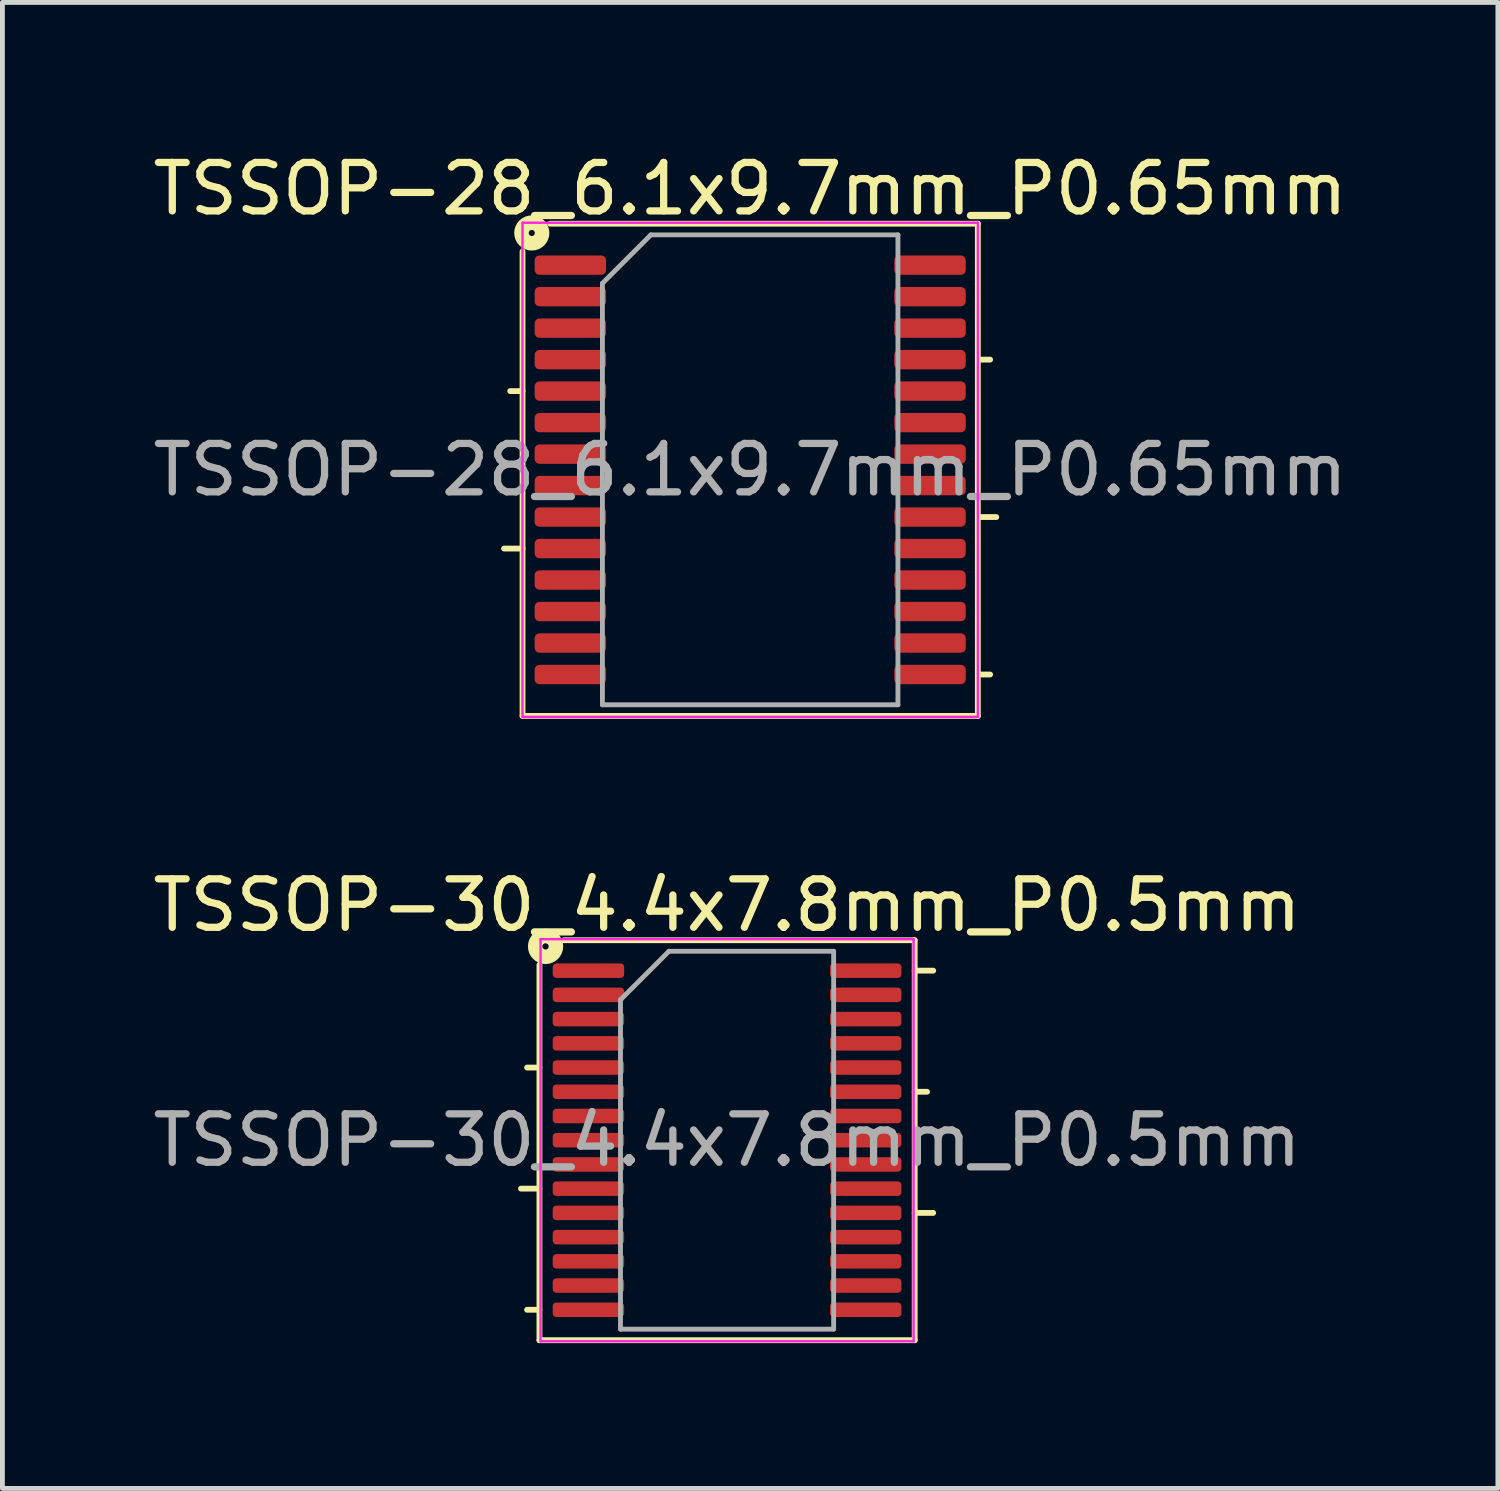
<source format=kicad_pcb>
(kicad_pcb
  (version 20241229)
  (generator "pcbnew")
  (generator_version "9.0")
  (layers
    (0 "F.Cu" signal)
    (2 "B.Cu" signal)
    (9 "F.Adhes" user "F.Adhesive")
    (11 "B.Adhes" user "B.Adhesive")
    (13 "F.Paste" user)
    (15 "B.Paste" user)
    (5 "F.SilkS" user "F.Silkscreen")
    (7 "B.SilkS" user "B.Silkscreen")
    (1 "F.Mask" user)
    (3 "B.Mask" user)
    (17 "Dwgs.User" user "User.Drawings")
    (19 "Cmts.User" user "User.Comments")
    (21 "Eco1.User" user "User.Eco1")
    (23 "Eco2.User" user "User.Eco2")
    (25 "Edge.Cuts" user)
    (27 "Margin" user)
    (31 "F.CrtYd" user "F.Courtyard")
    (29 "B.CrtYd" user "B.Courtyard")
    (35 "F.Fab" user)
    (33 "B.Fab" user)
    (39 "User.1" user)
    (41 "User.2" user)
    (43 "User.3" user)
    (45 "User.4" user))
  (footprint "TSSOP-28_6.1x9.7mm_P0.65mm"
    (layer "F.Cu")
    (at 12.435 6.648)
    (property "Reference" "TSSOP-28_6.1x9.7mm_P0.65mm" (at 0 -5.8 0) (layer "F.SilkS") (effects (font (size 1 1) (thickness 0.15))))
    (attr smd)
    (fp_line (start -4.699 -4.508) (end -4.699 5.08) (stroke (width 0.12) (type solid)) (layer "F.SilkS"))
    (fp_line (start -4.699 -1.625) (end -4.953 -1.625) (stroke (width 0.12) (type solid)) (layer "F.SilkS"))
    (fp_line (start -4.699 1.625) (end -5.08 1.625) (stroke (width 0.12) (type solid)) (layer "F.SilkS"))
    (fp_line (start -4.699 5.08) (end 4.699 5.08) (stroke (width 0.12) (type solid)) (layer "F.SilkS"))
    (fp_line (start 4.699 -5.08) (end -4.128 -5.08) (stroke (width 0.12) (type solid)) (layer "F.SilkS"))
    (fp_line (start 4.699 -2.275) (end 4.953 -2.275) (stroke (width 0.12) (type solid)) (layer "F.SilkS"))
    (fp_line (start 4.699 0.975) (end 5.08 0.975) (stroke (width 0.12) (type solid)) (layer "F.SilkS"))
    (fp_line (start 4.699 4.225) (end 4.953 4.225) (stroke (width 0.12) (type solid)) (layer "F.SilkS"))
    (fp_line (start 4.699 5.08) (end 4.699 -5.08) (stroke (width 0.12) (type solid)) (layer "F.SilkS"))
    (fp_circle (center -4.508 -4.889) (end -4.445 -4.889) (stroke (width 0.3) (type solid)) (fill no) (layer "F.SilkS"))
    (fp_line (start -4.7 -5.1) (end -4.7 5.1) (stroke (width 0.05) (type solid)) (layer "F.CrtYd"))
    (fp_line (start -4.7 5.1) (end 4.7 5.1) (stroke (width 0.05) (type solid)) (layer "F.CrtYd"))
    (fp_line (start 4.7 -5.1) (end -4.7 -5.1) (stroke (width 0.05) (type solid)) (layer "F.CrtYd"))
    (fp_line (start 4.7 5.1) (end 4.7 -5.1) (stroke (width 0.05) (type solid)) (layer "F.CrtYd"))
    (fp_line (start -3.05 -3.85) (end -2.05 -4.85) (stroke (width 0.1) (type solid)) (layer "F.Fab"))
    (fp_line (start -3.05 4.85) (end -3.05 -3.85) (stroke (width 0.1) (type solid)) (layer "F.Fab"))
    (fp_line (start -2.05 -4.85) (end 3.05 -4.85) (stroke (width 0.1) (type solid)) (layer "F.Fab"))
    (fp_line (start 3.05 -4.85) (end 3.05 4.85) (stroke (width 0.1) (type solid)) (layer "F.Fab"))
    (fp_line (start 3.05 4.85) (end -3.05 4.85) (stroke (width 0.1) (type solid)) (layer "F.Fab"))
    (fp_text user "${REFERENCE}" (at 0 0 0) (layer "F.Fab") (effects (font (size 1 1) (thickness 0.15))))
    (pad "1" smd roundrect (at -3.712 -4.225) (size 1.475 0.4) (layers "F.Cu" "F.Mask" "F.Paste") (roundrect_rratio 0.25))
    (pad "2" smd roundrect (at -3.712 -3.575) (size 1.475 0.4) (layers "F.Cu" "F.Mask" "F.Paste") (roundrect_rratio 0.25))
    (pad "3" smd roundrect (at -3.712 -2.925) (size 1.475 0.4) (layers "F.Cu" "F.Mask" "F.Paste") (roundrect_rratio 0.25))
    (pad "4" smd roundrect (at -3.712 -2.275) (size 1.475 0.4) (layers "F.Cu" "F.Mask" "F.Paste") (roundrect_rratio 0.25))
    (pad "5" smd roundrect (at -3.712 -1.625) (size 1.475 0.4) (layers "F.Cu" "F.Mask" "F.Paste") (roundrect_rratio 0.25))
    (pad "6" smd roundrect (at -3.712 -0.975) (size 1.475 0.4) (layers "F.Cu" "F.Mask" "F.Paste") (roundrect_rratio 0.25))
    (pad "7" smd roundrect (at -3.712 -0.325) (size 1.475 0.4) (layers "F.Cu" "F.Mask" "F.Paste") (roundrect_rratio 0.25))
    (pad "8" smd roundrect (at -3.712 0.325) (size 1.475 0.4) (layers "F.Cu" "F.Mask" "F.Paste") (roundrect_rratio 0.25))
    (pad "9" smd roundrect (at -3.712 0.975) (size 1.475 0.4) (layers "F.Cu" "F.Mask" "F.Paste") (roundrect_rratio 0.25))
    (pad "10" smd roundrect (at -3.712 1.625) (size 1.475 0.4) (layers "F.Cu" "F.Mask" "F.Paste") (roundrect_rratio 0.25))
    (pad "11" smd roundrect (at -3.712 2.275) (size 1.475 0.4) (layers "F.Cu" "F.Mask" "F.Paste") (roundrect_rratio 0.25))
    (pad "12" smd roundrect (at -3.712 2.925) (size 1.475 0.4) (layers "F.Cu" "F.Mask" "F.Paste") (roundrect_rratio 0.25))
    (pad "13" smd roundrect (at -3.712 3.575) (size 1.475 0.4) (layers "F.Cu" "F.Mask" "F.Paste") (roundrect_rratio 0.25))
    (pad "14" smd roundrect (at -3.712 4.225) (size 1.475 0.4) (layers "F.Cu" "F.Mask" "F.Paste") (roundrect_rratio 0.25))
    (pad "15" smd roundrect (at 3.712 4.225) (size 1.475 0.4) (layers "F.Cu" "F.Mask" "F.Paste") (roundrect_rratio 0.25))
    (pad "16" smd roundrect (at 3.712 3.575) (size 1.475 0.4) (layers "F.Cu" "F.Mask" "F.Paste") (roundrect_rratio 0.25))
    (pad "17" smd roundrect (at 3.712 2.925) (size 1.475 0.4) (layers "F.Cu" "F.Mask" "F.Paste") (roundrect_rratio 0.25))
    (pad "18" smd roundrect (at 3.712 2.275) (size 1.475 0.4) (layers "F.Cu" "F.Mask" "F.Paste") (roundrect_rratio 0.25))
    (pad "19" smd roundrect (at 3.712 1.625) (size 1.475 0.4) (layers "F.Cu" "F.Mask" "F.Paste") (roundrect_rratio 0.25))
    (pad "20" smd roundrect (at 3.712 0.975) (size 1.475 0.4) (layers "F.Cu" "F.Mask" "F.Paste") (roundrect_rratio 0.25))
    (pad "21" smd roundrect (at 3.712 0.325) (size 1.475 0.4) (layers "F.Cu" "F.Mask" "F.Paste") (roundrect_rratio 0.25))
    (pad "22" smd roundrect (at 3.712 -0.325) (size 1.475 0.4) (layers "F.Cu" "F.Mask" "F.Paste") (roundrect_rratio 0.25))
    (pad "23" smd roundrect (at 3.712 -0.975) (size 1.475 0.4) (layers "F.Cu" "F.Mask" "F.Paste") (roundrect_rratio 0.25))
    (pad "24" smd roundrect (at 3.712 -1.625) (size 1.475 0.4) (layers "F.Cu" "F.Mask" "F.Paste") (roundrect_rratio 0.25))
    (pad "25" smd roundrect (at 3.712 -2.275) (size 1.475 0.4) (layers "F.Cu" "F.Mask" "F.Paste") (roundrect_rratio 0.25))
    (pad "26" smd roundrect (at 3.712 -2.925) (size 1.475 0.4) (layers "F.Cu" "F.Mask" "F.Paste") (roundrect_rratio 0.25))
    (pad "27" smd roundrect (at 3.712 -3.575) (size 1.475 0.4) (layers "F.Cu" "F.Mask" "F.Paste") (roundrect_rratio 0.25))
    (pad "28" smd roundrect (at 3.712 -4.225) (size 1.475 0.4) (layers "F.Cu" "F.Mask" "F.Paste") (roundrect_rratio 0.25)))
  (footprint "TSSOP-30_4.4x7.8mm_P0.5mm"
    (layer "F.Cu")
    (at 11.958 20.486)
    (property "Reference" "TSSOP-30_4.4x7.8mm_P0.5mm" (at 0 -4.85 0) (layer "F.SilkS") (effects (font (size 1 1) (thickness 0.15))))
    (attr smd)
    (fp_line (start -4.255 1) (end -3.873 1) (stroke (width 0.12) (type solid)) (layer "F.SilkS"))
    (fp_line (start -4.128 -1.5) (end -3.873 -1.5) (stroke (width 0.12) (type solid)) (layer "F.SilkS"))
    (fp_line (start -4.128 3.5) (end -3.873 3.5) (stroke (width 0.12) (type solid)) (layer "F.SilkS"))
    (fp_line (start -3.873 -3.619) (end -3.873 4.128) (stroke (width 0.12) (type solid)) (layer "F.SilkS"))
    (fp_line (start -3.873 4.128) (end 3.873 4.128) (stroke (width 0.12) (type solid)) (layer "F.SilkS"))
    (fp_line (start 3.873 -4.128) (end -3.365 -4.128) (stroke (width 0.12) (type solid)) (layer "F.SilkS"))
    (fp_line (start 3.873 -1) (end 4.128 -1) (stroke (width 0.12) (type solid)) (layer "F.SilkS"))
    (fp_line (start 3.873 4.128) (end 3.873 -4.128) (stroke (width 0.12) (type solid)) (layer "F.SilkS"))
    (fp_line (start 4.255 -3.5) (end 3.873 -3.5) (stroke (width 0.12) (type solid)) (layer "F.SilkS"))
    (fp_line (start 4.255 1.5) (end 3.873 1.5) (stroke (width 0.12) (type solid)) (layer "F.SilkS"))
    (fp_circle (center -3.747 -4) (end -3.683 -4) (stroke (width 0.3) (type solid)) (fill no) (layer "F.SilkS"))
    (fp_line (start -3.85 -4.15) (end -3.85 4.15) (stroke (width 0.05) (type solid)) (layer "F.CrtYd"))
    (fp_line (start -3.85 4.15) (end 3.85 4.15) (stroke (width 0.05) (type solid)) (layer "F.CrtYd"))
    (fp_line (start 3.85 -4.15) (end -3.85 -4.15) (stroke (width 0.05) (type solid)) (layer "F.CrtYd"))
    (fp_line (start 3.85 4.15) (end 3.85 -4.15) (stroke (width 0.05) (type solid)) (layer "F.CrtYd"))
    (fp_line (start -2.2 -2.9) (end -1.2 -3.9) (stroke (width 0.1) (type solid)) (layer "F.Fab"))
    (fp_line (start -2.2 3.9) (end -2.2 -2.9) (stroke (width 0.1) (type solid)) (layer "F.Fab"))
    (fp_line (start -1.2 -3.9) (end 2.2 -3.9) (stroke (width 0.1) (type solid)) (layer "F.Fab"))
    (fp_line (start 2.2 -3.9) (end 2.2 3.9) (stroke (width 0.1) (type solid)) (layer "F.Fab"))
    (fp_line (start 2.2 3.9) (end -2.2 3.9) (stroke (width 0.1) (type solid)) (layer "F.Fab"))
    (fp_text user "${REFERENCE}" (at 0 0 0) (layer "F.Fab") (effects (font (size 1 1) (thickness 0.15))))
    (pad "1" smd roundrect (at -2.862 -3.5) (size 1.475 0.3) (layers "F.Cu" "F.Mask" "F.Paste") (roundrect_rratio 0.25))
    (pad "2" smd roundrect (at -2.862 -3) (size 1.475 0.3) (layers "F.Cu" "F.Mask" "F.Paste") (roundrect_rratio 0.25))
    (pad "3" smd roundrect (at -2.862 -2.5) (size 1.475 0.3) (layers "F.Cu" "F.Mask" "F.Paste") (roundrect_rratio 0.25))
    (pad "4" smd roundrect (at -2.862 -2) (size 1.475 0.3) (layers "F.Cu" "F.Mask" "F.Paste") (roundrect_rratio 0.25))
    (pad "5" smd roundrect (at -2.862 -1.5) (size 1.475 0.3) (layers "F.Cu" "F.Mask" "F.Paste") (roundrect_rratio 0.25))
    (pad "6" smd roundrect (at -2.862 -1) (size 1.475 0.3) (layers "F.Cu" "F.Mask" "F.Paste") (roundrect_rratio 0.25))
    (pad "7" smd roundrect (at -2.862 -0.5) (size 1.475 0.3) (layers "F.Cu" "F.Mask" "F.Paste") (roundrect_rratio 0.25))
    (pad "8" smd roundrect (at -2.862 0) (size 1.475 0.3) (layers "F.Cu" "F.Mask" "F.Paste") (roundrect_rratio 0.25))
    (pad "9" smd roundrect (at -2.862 0.5) (size 1.475 0.3) (layers "F.Cu" "F.Mask" "F.Paste") (roundrect_rratio 0.25))
    (pad "10" smd roundrect (at -2.862 1) (size 1.475 0.3) (layers "F.Cu" "F.Mask" "F.Paste") (roundrect_rratio 0.25))
    (pad "11" smd roundrect (at -2.862 1.5) (size 1.475 0.3) (layers "F.Cu" "F.Mask" "F.Paste") (roundrect_rratio 0.25))
    (pad "12" smd roundrect (at -2.862 2) (size 1.475 0.3) (layers "F.Cu" "F.Mask" "F.Paste") (roundrect_rratio 0.25))
    (pad "13" smd roundrect (at -2.862 2.5) (size 1.475 0.3) (layers "F.Cu" "F.Mask" "F.Paste") (roundrect_rratio 0.25))
    (pad "14" smd roundrect (at -2.862 3) (size 1.475 0.3) (layers "F.Cu" "F.Mask" "F.Paste") (roundrect_rratio 0.25))
    (pad "15" smd roundrect (at -2.862 3.5) (size 1.475 0.3) (layers "F.Cu" "F.Mask" "F.Paste") (roundrect_rratio 0.25))
    (pad "16" smd roundrect (at 2.862 3.5) (size 1.475 0.3) (layers "F.Cu" "F.Mask" "F.Paste") (roundrect_rratio 0.25))
    (pad "17" smd roundrect (at 2.862 3) (size 1.475 0.3) (layers "F.Cu" "F.Mask" "F.Paste") (roundrect_rratio 0.25))
    (pad "18" smd roundrect (at 2.862 2.5) (size 1.475 0.3) (layers "F.Cu" "F.Mask" "F.Paste") (roundrect_rratio 0.25))
    (pad "19" smd roundrect (at 2.862 2) (size 1.475 0.3) (layers "F.Cu" "F.Mask" "F.Paste") (roundrect_rratio 0.25))
    (pad "20" smd roundrect (at 2.862 1.5) (size 1.475 0.3) (layers "F.Cu" "F.Mask" "F.Paste") (roundrect_rratio 0.25))
    (pad "21" smd roundrect (at 2.862 1) (size 1.475 0.3) (layers "F.Cu" "F.Mask" "F.Paste") (roundrect_rratio 0.25))
    (pad "22" smd roundrect (at 2.862 0.5) (size 1.475 0.3) (layers "F.Cu" "F.Mask" "F.Paste") (roundrect_rratio 0.25))
    (pad "23" smd roundrect (at 2.862 0) (size 1.475 0.3) (layers "F.Cu" "F.Mask" "F.Paste") (roundrect_rratio 0.25))
    (pad "24" smd roundrect (at 2.862 -0.5) (size 1.475 0.3) (layers "F.Cu" "F.Mask" "F.Paste") (roundrect_rratio 0.25))
    (pad "25" smd roundrect (at 2.862 -1) (size 1.475 0.3) (layers "F.Cu" "F.Mask" "F.Paste") (roundrect_rratio 0.25))
    (pad "26" smd roundrect (at 2.862 -1.5) (size 1.475 0.3) (layers "F.Cu" "F.Mask" "F.Paste") (roundrect_rratio 0.25))
    (pad "27" smd roundrect (at 2.862 -2) (size 1.475 0.3) (layers "F.Cu" "F.Mask" "F.Paste") (roundrect_rratio 0.25))
    (pad "28" smd roundrect (at 2.862 -2.5) (size 1.475 0.3) (layers "F.Cu" "F.Mask" "F.Paste") (roundrect_rratio 0.25))
    (pad "29" smd roundrect (at 2.862 -3) (size 1.475 0.3) (layers "F.Cu" "F.Mask" "F.Paste") (roundrect_rratio 0.25))
    (pad "30" smd roundrect (at 2.862 -3.5) (size 1.475 0.3) (layers "F.Cu" "F.Mask" "F.Paste") (roundrect_rratio 0.25)))
  (gr_rect
    (start -3 -3)
    (end 27.869 27.674)
    (stroke (width 0.1) (type default))
    (fill no)
    (layer "Edge.Cuts")))
</source>
